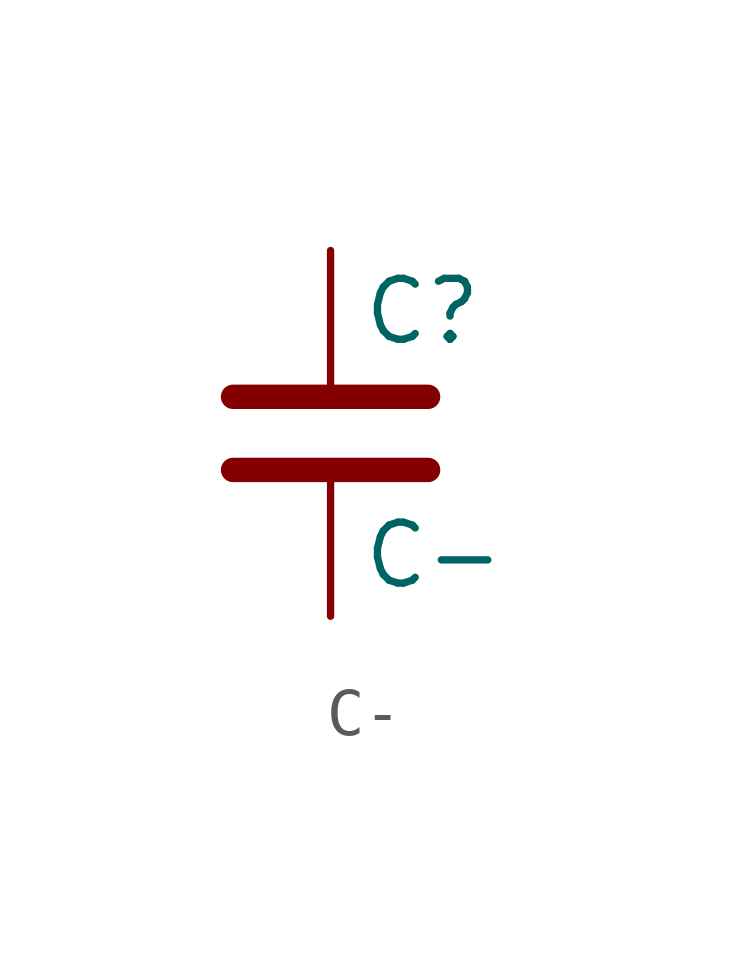
<source format=kicad_sym>
(kicad_symbol_lib
  (version 20231120)
  (generator "kicad_symbol_editor")
  (generator_version "8.0")
  (symbol "C-"
    (pin_numbers hide)
    (pin_names
      (offset 0.254))
    (property "Reference" "C"
      (at 0.635 2.54 0)
      (effects (font (size 1.27 1.27)) (justify left)))
    (property "Value" "C-"
      (at 0.635 -2.54 0)
      (effects (font (size 1.27 1.27)) (justify left)))
    (symbol "C-_0_1"
      (polyline (pts (xy -2.032 -0.762) (xy 2.032 -0.762)) (stroke (width 0.508) (type solid)) (fill (type none)))
      (polyline (pts (xy -2.032 0.762) (xy 2.032 0.762)) (stroke (width 0.508) (type solid)) (fill (type none))))
    (symbol "C-_1_1"
      (pin passive line (at 0 3.81 270) (length 2.794) (name "~" (effects (font (size 1.27 1.27)))) (number "1" (effects (font (size 1.27 1.27)))))
      (pin passive line (at 0 -3.81 90) (length 2.794) (name "~" (effects (font (size 1.27 1.27)))) (number "2" (effects (font (size 1.27 1.27))))))))
</source>
